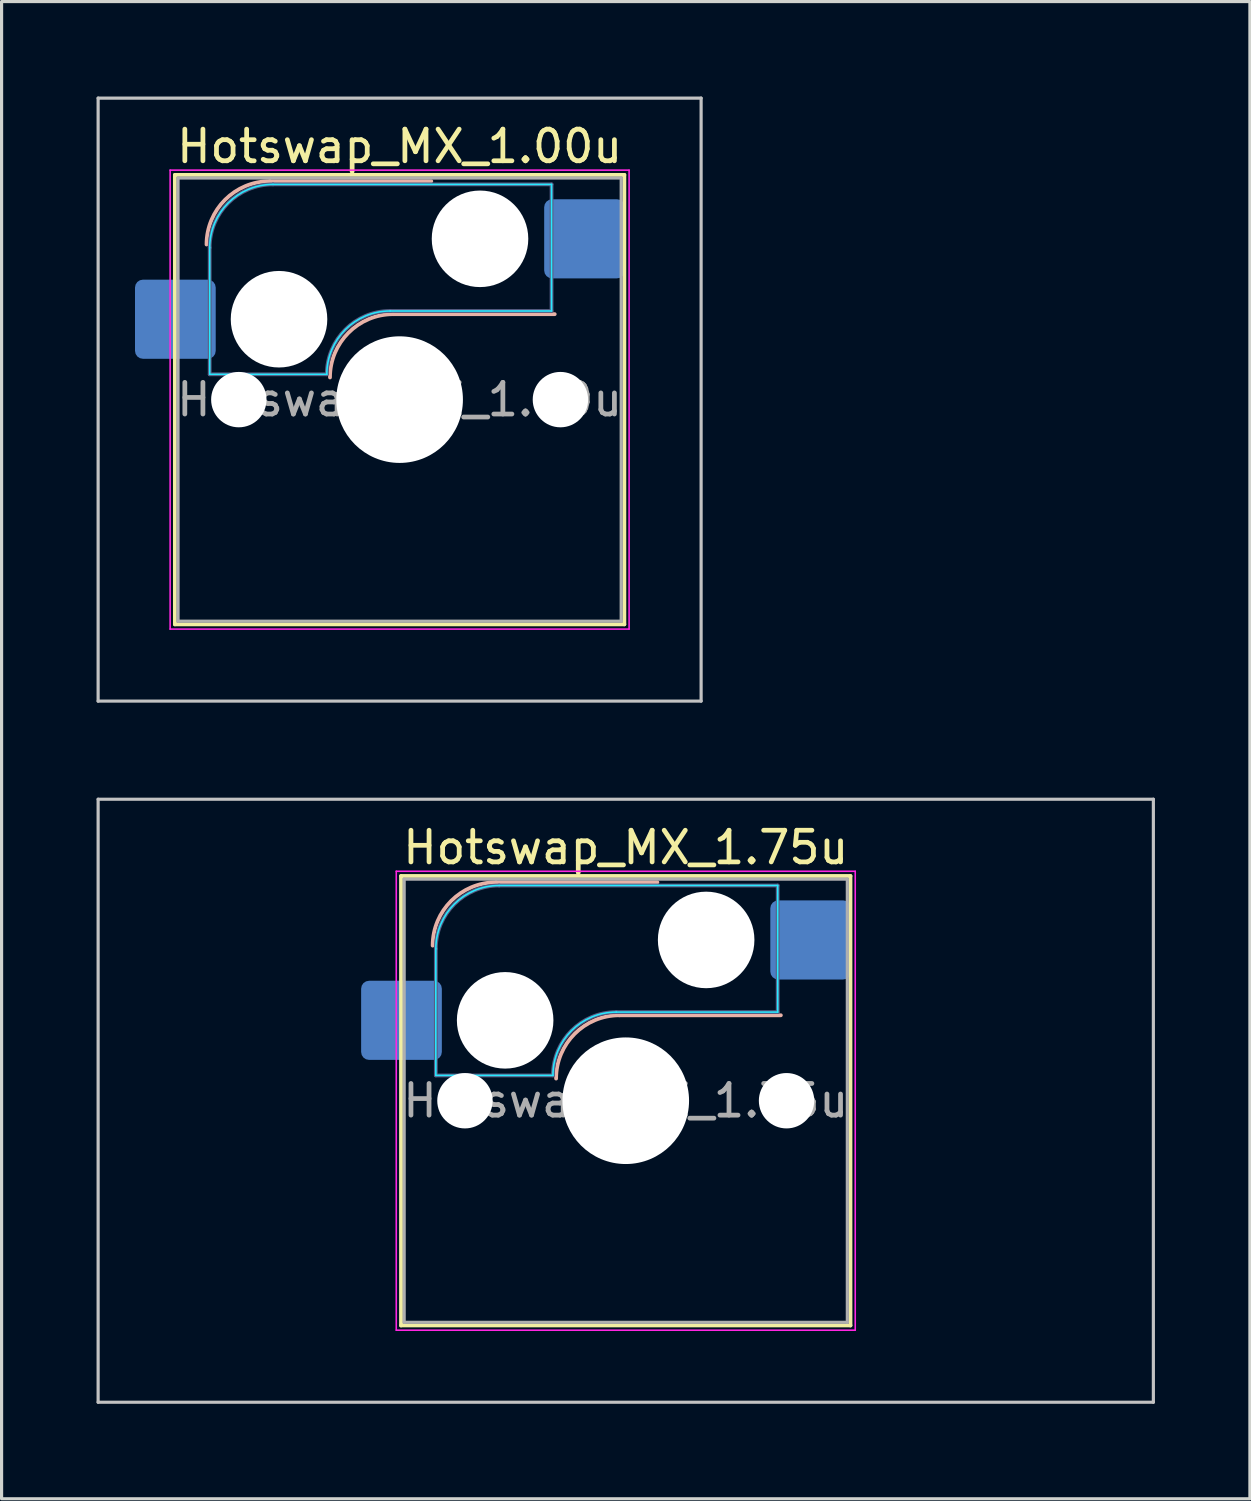
<source format=kicad_pcb>
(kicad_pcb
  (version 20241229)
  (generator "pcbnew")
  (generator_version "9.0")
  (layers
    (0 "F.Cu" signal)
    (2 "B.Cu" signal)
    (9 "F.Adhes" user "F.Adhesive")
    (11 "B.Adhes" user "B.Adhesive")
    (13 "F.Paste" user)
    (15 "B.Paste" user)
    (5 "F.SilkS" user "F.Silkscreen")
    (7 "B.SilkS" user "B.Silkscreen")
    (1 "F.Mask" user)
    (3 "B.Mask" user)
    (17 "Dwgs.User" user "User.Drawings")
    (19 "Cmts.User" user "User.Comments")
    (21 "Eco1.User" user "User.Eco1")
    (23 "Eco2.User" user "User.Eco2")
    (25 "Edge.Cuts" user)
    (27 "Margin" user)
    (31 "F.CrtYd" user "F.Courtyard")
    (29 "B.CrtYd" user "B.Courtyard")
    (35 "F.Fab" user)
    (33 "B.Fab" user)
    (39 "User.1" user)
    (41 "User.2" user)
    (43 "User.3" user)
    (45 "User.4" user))
  (footprint "Hotswap_MX_1.00u"
    (layer "F.Cu")
    (at 9.575 9.575)
    (property "Reference" "Hotswap_MX_1.00u" (at 0 -8 0) (layer "F.SilkS") (effects (font (size 1 1) (thickness 0.15))))
    (attr smd)
    (fp_line (start -7.1 -7.1) (end -7.1 7.1) (stroke (width 0.12) (type solid)) (layer "F.SilkS"))
    (fp_line (start -7.1 7.1) (end 7.1 7.1) (stroke (width 0.12) (type solid)) (layer "F.SilkS"))
    (fp_line (start 7.1 -7.1) (end -7.1 -7.1) (stroke (width 0.12) (type solid)) (layer "F.SilkS"))
    (fp_line (start 7.1 7.1) (end 7.1 -7.1) (stroke (width 0.12) (type solid)) (layer "F.SilkS"))
    (fp_line (start -4.1 -6.9) (end 1 -6.9) (stroke (width 0.12) (type solid)) (layer "B.SilkS"))
    (fp_line (start -0.2 -2.7) (end 4.9 -2.7) (stroke (width 0.12) (type solid)) (layer "B.SilkS"))
    (fp_arc (start -6.1 -4.9) (mid -5.514214 -6.314214) (end -4.1 -6.9) (stroke (width 0.12) (type solid)) (layer "B.SilkS"))
    (fp_arc (start -2.2 -0.7) (mid -1.614214 -2.114214) (end -0.2 -2.7) (stroke (width 0.12) (type solid)) (layer "B.SilkS"))
    (fp_line (start -9.525 -9.525) (end -9.525 9.525) (stroke (width 0.1) (type solid)) (layer "Dwgs.User"))
    (fp_line (start -9.525 9.525) (end 9.525 9.525) (stroke (width 0.1) (type solid)) (layer "Dwgs.User"))
    (fp_line (start 9.525 -9.525) (end -9.525 -9.525) (stroke (width 0.1) (type solid)) (layer "Dwgs.User"))
    (fp_line (start 9.525 9.525) (end 9.525 -9.525) (stroke (width 0.1) (type solid)) (layer "Dwgs.User"))
    (fp_line (start -7.8 -6) (end -7 -6) (stroke (width 0.1) (type solid)) (layer "Eco1.User"))
    (fp_line (start -7.8 -2.9) (end -7.8 -6) (stroke (width 0.1) (type solid)) (layer "Eco1.User"))
    (fp_line (start -7.8 2.9) (end -7 2.9) (stroke (width 0.1) (type solid)) (layer "Eco1.User"))
    (fp_line (start -7.8 6) (end -7.8 2.9) (stroke (width 0.1) (type solid)) (layer "Eco1.User"))
    (fp_line (start -7 -7) (end 7 -7) (stroke (width 0.1) (type solid)) (layer "Eco1.User"))
    (fp_line (start -7 -6) (end -7 -7) (stroke (width 0.1) (type solid)) (layer "Eco1.User"))
    (fp_line (start -7 -2.9) (end -7.8 -2.9) (stroke (width 0.1) (type solid)) (layer "Eco1.User"))
    (fp_line (start -7 2.9) (end -7 -2.9) (stroke (width 0.1) (type solid)) (layer "Eco1.User"))
    (fp_line (start -7 6) (end -7.8 6) (stroke (width 0.1) (type solid)) (layer "Eco1.User"))
    (fp_line (start -7 7) (end -7 6) (stroke (width 0.1) (type solid)) (layer "Eco1.User"))
    (fp_line (start 7 -7) (end 7 -6) (stroke (width 0.1) (type solid)) (layer "Eco1.User"))
    (fp_line (start 7 -6) (end 7.8 -6) (stroke (width 0.1) (type solid)) (layer "Eco1.User"))
    (fp_line (start 7 -2.9) (end 7 2.9) (stroke (width 0.1) (type solid)) (layer "Eco1.User"))
    (fp_line (start 7 2.9) (end 7.8 2.9) (stroke (width 0.1) (type solid)) (layer "Eco1.User"))
    (fp_line (start 7 6) (end 7 7) (stroke (width 0.1) (type solid)) (layer "Eco1.User"))
    (fp_line (start 7 7) (end -7 7) (stroke (width 0.1) (type solid)) (layer "Eco1.User"))
    (fp_line (start 7.8 -6) (end 7.8 -2.9) (stroke (width 0.1) (type solid)) (layer "Eco1.User"))
    (fp_line (start 7.8 -2.9) (end 7 -2.9) (stroke (width 0.1) (type solid)) (layer "Eco1.User"))
    (fp_line (start 7.8 2.9) (end 7.8 6) (stroke (width 0.1) (type solid)) (layer "Eco1.User"))
    (fp_line (start 7.8 6) (end 7 6) (stroke (width 0.1) (type solid)) (layer "Eco1.User"))
    (fp_line (start -6 -0.8) (end -6 -4.8) (stroke (width 0.05) (type solid)) (layer "B.CrtYd"))
    (fp_line (start -6 -0.8) (end -2.3 -0.8) (stroke (width 0.05) (type solid)) (layer "B.CrtYd"))
    (fp_line (start -4 -6.8) (end 4.8 -6.8) (stroke (width 0.05) (type solid)) (layer "B.CrtYd"))
    (fp_line (start -0.3 -2.8) (end 4.8 -2.8) (stroke (width 0.05) (type solid)) (layer "B.CrtYd"))
    (fp_line (start 4.8 -6.8) (end 4.8 -2.8) (stroke (width 0.05) (type solid)) (layer "B.CrtYd"))
    (fp_arc (start -6 -4.8) (mid -5.414214 -6.214214) (end -4 -6.8) (stroke (width 0.05) (type solid)) (layer "B.CrtYd"))
    (fp_arc (start -2.3 -0.8) (mid -1.714214 -2.214214) (end -0.3 -2.8) (stroke (width 0.05) (type solid)) (layer "B.CrtYd"))
    (fp_line (start -7.25 -7.25) (end -7.25 7.25) (stroke (width 0.05) (type solid)) (layer "F.CrtYd"))
    (fp_line (start -7.25 7.25) (end 7.25 7.25) (stroke (width 0.05) (type solid)) (layer "F.CrtYd"))
    (fp_line (start 7.25 -7.25) (end -7.25 -7.25) (stroke (width 0.05) (type solid)) (layer "F.CrtYd"))
    (fp_line (start 7.25 7.25) (end 7.25 -7.25) (stroke (width 0.05) (type solid)) (layer "F.CrtYd"))
    (fp_line (start -6 -0.8) (end -6 -4.8) (stroke (width 0.12) (type solid)) (layer "B.Fab"))
    (fp_line (start -6 -0.8) (end -2.3 -0.8) (stroke (width 0.12) (type solid)) (layer "B.Fab"))
    (fp_line (start -4 -6.8) (end 4.8 -6.8) (stroke (width 0.12) (type solid)) (layer "B.Fab"))
    (fp_line (start -0.3 -2.8) (end 4.8 -2.8) (stroke (width 0.12) (type solid)) (layer "B.Fab"))
    (fp_line (start 4.8 -6.8) (end 4.8 -2.8) (stroke (width 0.12) (type solid)) (layer "B.Fab"))
    (fp_arc (start -6 -4.8) (mid -5.414214 -6.214214) (end -4 -6.8) (stroke (width 0.12) (type solid)) (layer "B.Fab"))
    (fp_arc (start -2.3 -0.8) (mid -1.714214 -2.214214) (end -0.3 -2.8) (stroke (width 0.12) (type solid)) (layer "B.Fab"))
    (fp_line (start -7 -7) (end -7 7) (stroke (width 0.1) (type solid)) (layer "F.Fab"))
    (fp_line (start -7 7) (end 7 7) (stroke (width 0.1) (type solid)) (layer "F.Fab"))
    (fp_line (start 7 -7) (end -7 -7) (stroke (width 0.1) (type solid)) (layer "F.Fab"))
    (fp_line (start 7 7) (end 7 -7) (stroke (width 0.1) (type solid)) (layer "F.Fab"))
    (fp_text user "${REFERENCE}" (at 0 0 0) (layer "F.Fab") (effects (font (size 1 1) (thickness 0.15))))
    (pad "" np_thru_hole circle (at -5.08 0) (size 1.75 1.75) (drill 1.75) (layers "*.Cu" "*.Mask"))
    (pad "" np_thru_hole circle (at -3.81 -2.54) (size 3.05 3.05) (drill 3.05) (layers "*.Cu" "*.Mask"))
    (pad "" np_thru_hole circle (at 0 0) (size 4 4) (drill 4) (layers "*.Cu" "*.Mask"))
    (pad "" np_thru_hole circle (at 2.54 -5.08) (size 3.05 3.05) (drill 3.05) (layers "*.Cu" "*.Mask"))
    (pad "" np_thru_hole circle (at 5.08 0) (size 1.75 1.75) (drill 1.75) (layers "*.Cu" "*.Mask"))
    (pad "1" smd roundrect (at -7.085 -2.54) (size 2.55 2.5) (layers "B.Cu" "B.Mask" "B.Paste") (roundrect_rratio 0.1))
    (pad "2" smd roundrect (at 5.842 -5.08) (size 2.55 2.5) (layers "B.Cu" "B.Mask" "B.Paste") (roundrect_rratio 0.1)))
  (footprint "Hotswap_MX_1.75u"
    (layer "F.Cu")
    (at 16.719 31.725)
    (property "Reference" "Hotswap_MX_1.75u" (at 0 -8 0) (layer "F.SilkS") (effects (font (size 1 1) (thickness 0.15))))
    (attr smd)
    (fp_line (start -7.1 -7.1) (end -7.1 7.1) (stroke (width 0.12) (type solid)) (layer "F.SilkS"))
    (fp_line (start -7.1 7.1) (end 7.1 7.1) (stroke (width 0.12) (type solid)) (layer "F.SilkS"))
    (fp_line (start 7.1 -7.1) (end -7.1 -7.1) (stroke (width 0.12) (type solid)) (layer "F.SilkS"))
    (fp_line (start 7.1 7.1) (end 7.1 -7.1) (stroke (width 0.12) (type solid)) (layer "F.SilkS"))
    (fp_line (start -4.1 -6.9) (end 1 -6.9) (stroke (width 0.12) (type solid)) (layer "B.SilkS"))
    (fp_line (start -0.2 -2.7) (end 4.9 -2.7) (stroke (width 0.12) (type solid)) (layer "B.SilkS"))
    (fp_arc (start -6.1 -4.9) (mid -5.514214 -6.314214) (end -4.1 -6.9) (stroke (width 0.12) (type solid)) (layer "B.SilkS"))
    (fp_arc (start -2.2 -0.7) (mid -1.614214 -2.114214) (end -0.2 -2.7) (stroke (width 0.12) (type solid)) (layer "B.SilkS"))
    (fp_line (start -16.669 -9.525) (end -16.669 9.525) (stroke (width 0.1) (type solid)) (layer "Dwgs.User"))
    (fp_line (start -16.669 9.525) (end 16.669 9.525) (stroke (width 0.1) (type solid)) (layer "Dwgs.User"))
    (fp_line (start 16.669 -9.525) (end -16.669 -9.525) (stroke (width 0.1) (type solid)) (layer "Dwgs.User"))
    (fp_line (start 16.669 9.525) (end 16.669 -9.525) (stroke (width 0.1) (type solid)) (layer "Dwgs.User"))
    (fp_line (start -7.8 -6) (end -7 -6) (stroke (width 0.1) (type solid)) (layer "Eco1.User"))
    (fp_line (start -7.8 -2.9) (end -7.8 -6) (stroke (width 0.1) (type solid)) (layer "Eco1.User"))
    (fp_line (start -7.8 2.9) (end -7 2.9) (stroke (width 0.1) (type solid)) (layer "Eco1.User"))
    (fp_line (start -7.8 6) (end -7.8 2.9) (stroke (width 0.1) (type solid)) (layer "Eco1.User"))
    (fp_line (start -7 -7) (end 7 -7) (stroke (width 0.1) (type solid)) (layer "Eco1.User"))
    (fp_line (start -7 -6) (end -7 -7) (stroke (width 0.1) (type solid)) (layer "Eco1.User"))
    (fp_line (start -7 -2.9) (end -7.8 -2.9) (stroke (width 0.1) (type solid)) (layer "Eco1.User"))
    (fp_line (start -7 2.9) (end -7 -2.9) (stroke (width 0.1) (type solid)) (layer "Eco1.User"))
    (fp_line (start -7 6) (end -7.8 6) (stroke (width 0.1) (type solid)) (layer "Eco1.User"))
    (fp_line (start -7 7) (end -7 6) (stroke (width 0.1) (type solid)) (layer "Eco1.User"))
    (fp_line (start 7 -7) (end 7 -6) (stroke (width 0.1) (type solid)) (layer "Eco1.User"))
    (fp_line (start 7 -6) (end 7.8 -6) (stroke (width 0.1) (type solid)) (layer "Eco1.User"))
    (fp_line (start 7 -2.9) (end 7 2.9) (stroke (width 0.1) (type solid)) (layer "Eco1.User"))
    (fp_line (start 7 2.9) (end 7.8 2.9) (stroke (width 0.1) (type solid)) (layer "Eco1.User"))
    (fp_line (start 7 6) (end 7 7) (stroke (width 0.1) (type solid)) (layer "Eco1.User"))
    (fp_line (start 7 7) (end -7 7) (stroke (width 0.1) (type solid)) (layer "Eco1.User"))
    (fp_line (start 7.8 -6) (end 7.8 -2.9) (stroke (width 0.1) (type solid)) (layer "Eco1.User"))
    (fp_line (start 7.8 -2.9) (end 7 -2.9) (stroke (width 0.1) (type solid)) (layer "Eco1.User"))
    (fp_line (start 7.8 2.9) (end 7.8 6) (stroke (width 0.1) (type solid)) (layer "Eco1.User"))
    (fp_line (start 7.8 6) (end 7 6) (stroke (width 0.1) (type solid)) (layer "Eco1.User"))
    (fp_line (start -6 -0.8) (end -6 -4.8) (stroke (width 0.05) (type solid)) (layer "B.CrtYd"))
    (fp_line (start -6 -0.8) (end -2.3 -0.8) (stroke (width 0.05) (type solid)) (layer "B.CrtYd"))
    (fp_line (start -4 -6.8) (end 4.8 -6.8) (stroke (width 0.05) (type solid)) (layer "B.CrtYd"))
    (fp_line (start -0.3 -2.8) (end 4.8 -2.8) (stroke (width 0.05) (type solid)) (layer "B.CrtYd"))
    (fp_line (start 4.8 -6.8) (end 4.8 -2.8) (stroke (width 0.05) (type solid)) (layer "B.CrtYd"))
    (fp_arc (start -6 -4.8) (mid -5.414214 -6.214214) (end -4 -6.8) (stroke (width 0.05) (type solid)) (layer "B.CrtYd"))
    (fp_arc (start -2.3 -0.8) (mid -1.714214 -2.214214) (end -0.3 -2.8) (stroke (width 0.05) (type solid)) (layer "B.CrtYd"))
    (fp_line (start -7.25 -7.25) (end -7.25 7.25) (stroke (width 0.05) (type solid)) (layer "F.CrtYd"))
    (fp_line (start -7.25 7.25) (end 7.25 7.25) (stroke (width 0.05) (type solid)) (layer "F.CrtYd"))
    (fp_line (start 7.25 -7.25) (end -7.25 -7.25) (stroke (width 0.05) (type solid)) (layer "F.CrtYd"))
    (fp_line (start 7.25 7.25) (end 7.25 -7.25) (stroke (width 0.05) (type solid)) (layer "F.CrtYd"))
    (fp_line (start -6 -0.8) (end -6 -4.8) (stroke (width 0.12) (type solid)) (layer "B.Fab"))
    (fp_line (start -6 -0.8) (end -2.3 -0.8) (stroke (width 0.12) (type solid)) (layer "B.Fab"))
    (fp_line (start -4 -6.8) (end 4.8 -6.8) (stroke (width 0.12) (type solid)) (layer "B.Fab"))
    (fp_line (start -0.3 -2.8) (end 4.8 -2.8) (stroke (width 0.12) (type solid)) (layer "B.Fab"))
    (fp_line (start 4.8 -6.8) (end 4.8 -2.8) (stroke (width 0.12) (type solid)) (layer "B.Fab"))
    (fp_arc (start -6 -4.8) (mid -5.414214 -6.214214) (end -4 -6.8) (stroke (width 0.12) (type solid)) (layer "B.Fab"))
    (fp_arc (start -2.3 -0.8) (mid -1.714214 -2.214214) (end -0.3 -2.8) (stroke (width 0.12) (type solid)) (layer "B.Fab"))
    (fp_line (start -7 -7) (end -7 7) (stroke (width 0.1) (type solid)) (layer "F.Fab"))
    (fp_line (start -7 7) (end 7 7) (stroke (width 0.1) (type solid)) (layer "F.Fab"))
    (fp_line (start 7 -7) (end -7 -7) (stroke (width 0.1) (type solid)) (layer "F.Fab"))
    (fp_line (start 7 7) (end 7 -7) (stroke (width 0.1) (type solid)) (layer "F.Fab"))
    (fp_text user "${REFERENCE}" (at 0 0 0) (layer "F.Fab") (effects (font (size 1 1) (thickness 0.15))))
    (pad "" np_thru_hole circle (at -5.08 0) (size 1.75 1.75) (drill 1.75) (layers "*.Cu" "*.Mask"))
    (pad "" np_thru_hole circle (at -3.81 -2.54) (size 3.05 3.05) (drill 3.05) (layers "*.Cu" "*.Mask"))
    (pad "" np_thru_hole circle (at 0 0) (size 4 4) (drill 4) (layers "*.Cu" "*.Mask"))
    (pad "" np_thru_hole circle (at 2.54 -5.08) (size 3.05 3.05) (drill 3.05) (layers "*.Cu" "*.Mask"))
    (pad "" np_thru_hole circle (at 5.08 0) (size 1.75 1.75) (drill 1.75) (layers "*.Cu" "*.Mask"))
    (pad "1" smd roundrect (at -7.085 -2.54) (size 2.55 2.5) (layers "B.Cu" "B.Mask" "B.Paste") (roundrect_rratio 0.1))
    (pad "2" smd roundrect (at 5.842 -5.08) (size 2.55 2.5) (layers "B.Cu" "B.Mask" "B.Paste") (roundrect_rratio 0.1)))
  (gr_rect
    (start -3 -3)
    (end 36.438 44.3)
    (stroke (width 0.1) (type default))
    (fill no)
    (layer "Edge.Cuts")))
</source>
